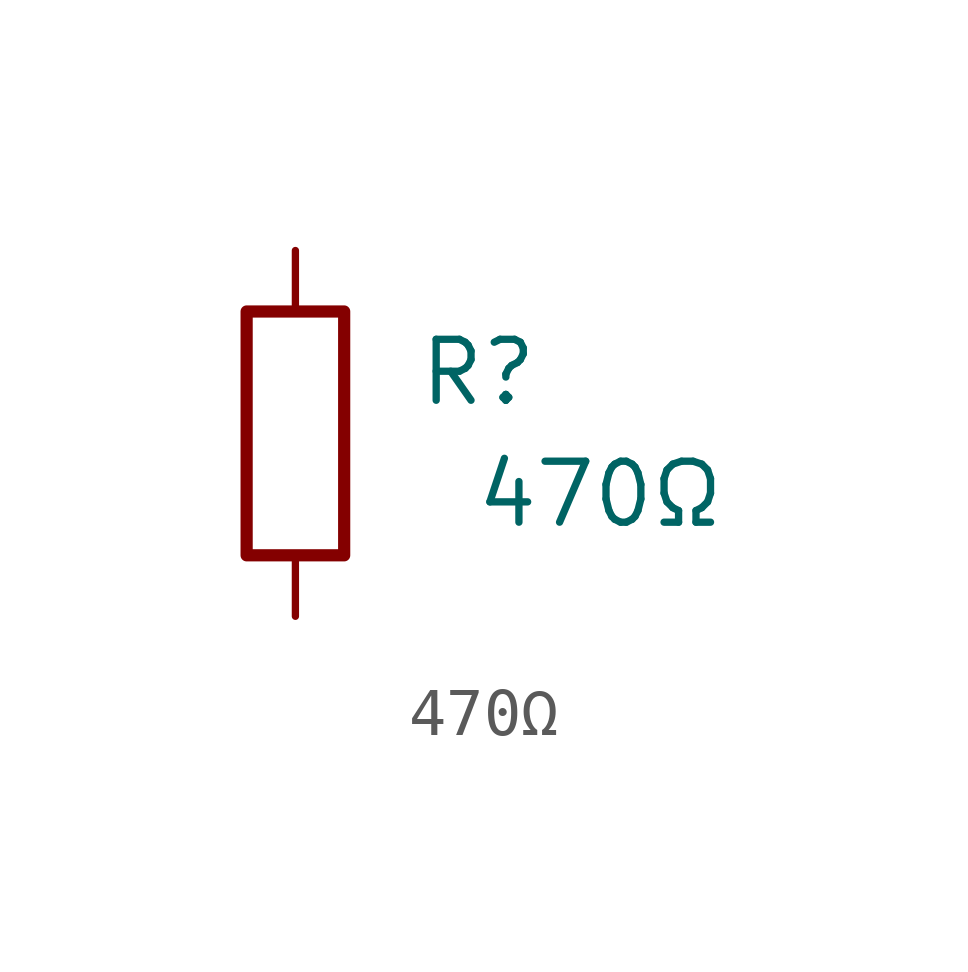
<source format=kicad_sym>
(kicad_symbol_lib
  (version 20241209)
  (generator "kicad_symbol_editor")
  (generator_version "9.0")
  (symbol "470Ω"
    (pin_numbers
      (hide yes))
    (pin_names
      (offset 0))
    (property "Reference" "R"
      (at 3.81 1.27 0)
      (effects (font (size 1.27 1.27))))
    (property "Value" "470Ω"
      (at 6.35 -1.27 0)
      (effects (font (size 1.27 1.27))))
    (symbol "470Ω_0_1"
      (rectangle (start -1.016 -2.54) (end 1.016 2.54) (stroke (width 0.254) (type solid)) (fill (type none))))
    (symbol "470Ω_1_1"
      (pin passive line (at 0 3.81 270) (length 1.27) (name "~" (effects (font (size 1.27 1.27)))) (number "1" (effects (font (size 1.27 1.27)))))
      (pin passive line (at 0 -3.81 90) (length 1.27) (name "~" (effects (font (size 1.27 1.27)))) (number "2" (effects (font (size 1.27 1.27))))))))
</source>
